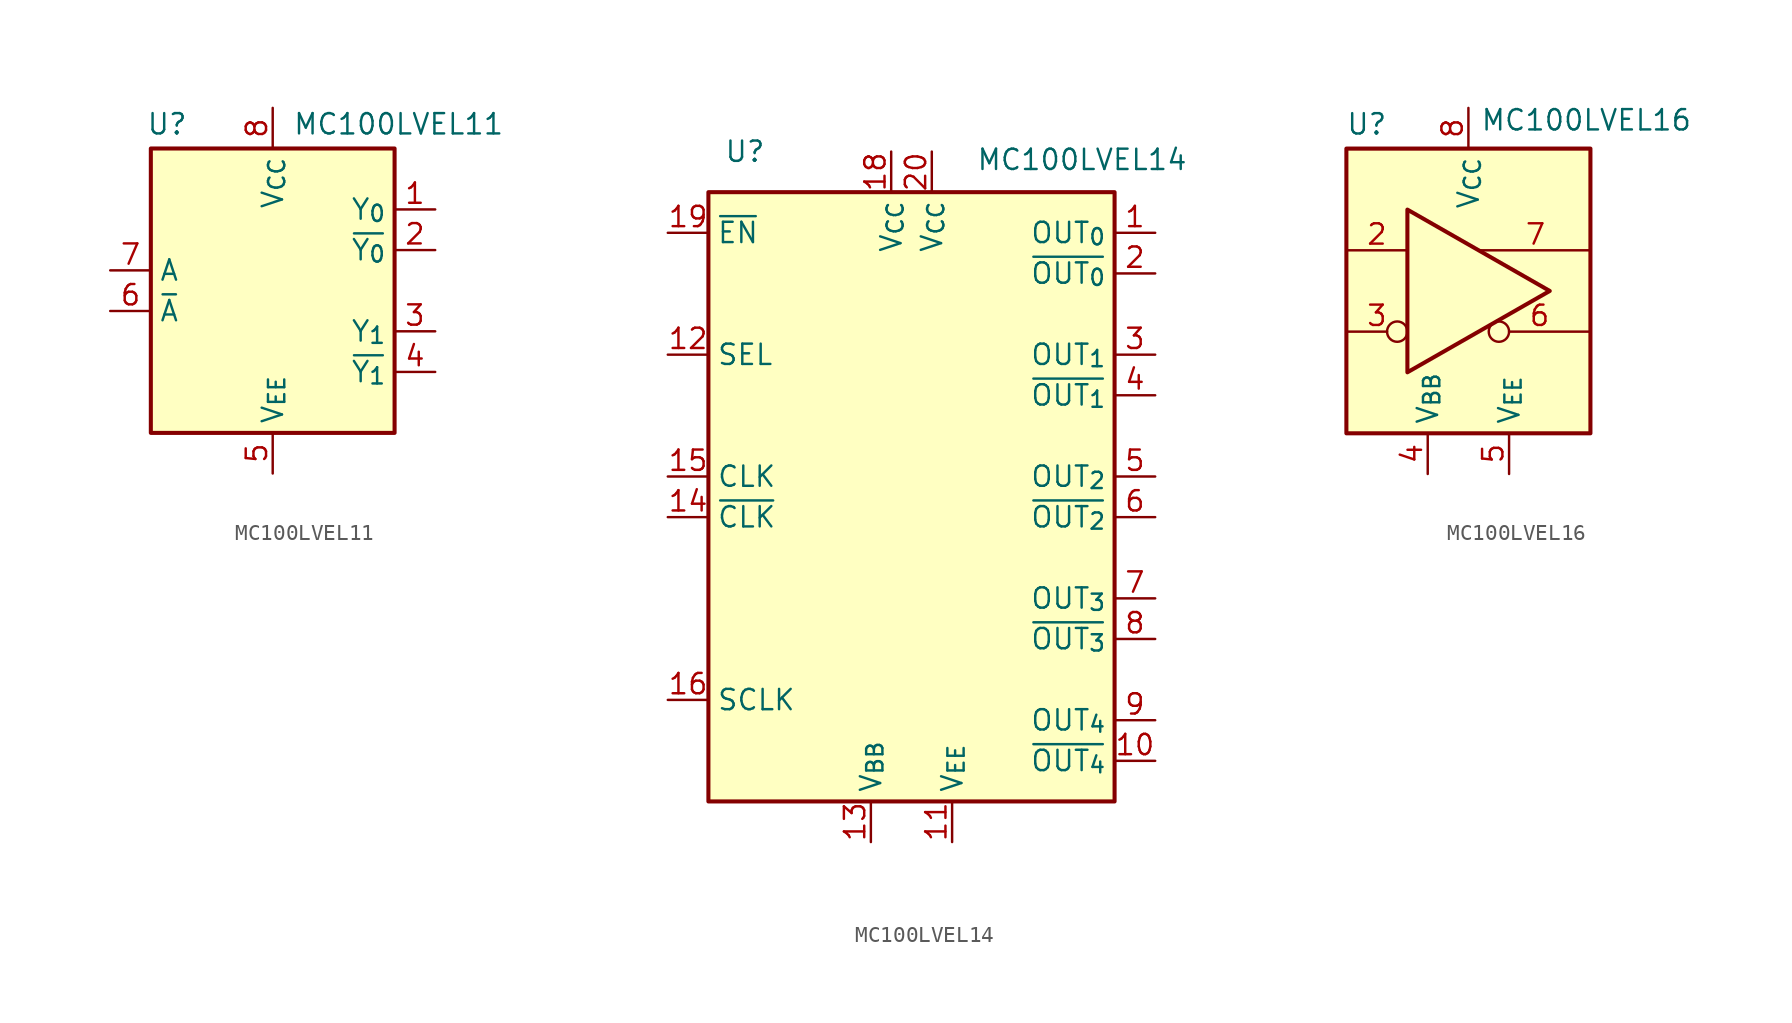
<source format=kicad_sym>
(kicad_symbol_lib
  (version 20231120)
  (generator "kicad_symbol_editor")
  (generator_version "8.0")
  (symbol "MC100LVEL11"
    (property "Reference" "U"
      (at -6.604 10.414 0)
      (effects (font (size 1.27 1.27))))
    (property "Value" "MC100LVEL11"
      (at 7.874 10.414 0)
      (effects (font (size 1.27 1.27))))
    (symbol "MC100LVEL11_1_1"
      (rectangle (start -7.62 8.89) (end 7.62 -8.89) (stroke (width 0.254) (type default)) (fill (type background)))
      (pin open_emitter line (at 10.16 5.08 180) (length 2.54) (name "Y_{0}" (effects (font (size 1.27 1.27)))) (number "1" (effects (font (size 1.27 1.27)))))
      (pin open_emitter line (at 10.16 2.54 180) (length 2.54) (name "~{Y_{0}}" (effects (font (size 1.27 1.27)))) (number "2" (effects (font (size 1.27 1.27)))))
      (pin open_emitter line (at 10.16 -2.54 180) (length 2.54) (name "Y_{1}" (effects (font (size 1.27 1.27)))) (number "3" (effects (font (size 1.27 1.27)))))
      (pin open_emitter line (at 10.16 -5.08 180) (length 2.54) (name "~{Y_{1}}" (effects (font (size 1.27 1.27)))) (number "4" (effects (font (size 1.27 1.27)))))
      (pin power_in line (at 0 -11.43 90) (length 2.54) (name "V_{EE}" (effects (font (size 1.27 1.27)))) (number "5" (effects (font (size 1.27 1.27)))))
      (pin input line (at -10.16 -1.27 0) (length 2.54) (name "~{A}" (effects (font (size 1.27 1.27)))) (number "6" (effects (font (size 1.27 1.27)))))
      (pin input line (at -10.16 1.27 0) (length 2.54) (name "A" (effects (font (size 1.27 1.27)))) (number "7" (effects (font (size 1.27 1.27)))))
      (pin power_in line (at 0 11.43 270) (length 2.54) (name "V_{CC}" (effects (font (size 1.27 1.27)))) (number "8" (effects (font (size 1.27 1.27)))))))
  (symbol "MC100LVEL14"
    (property "Reference" "U"
      (at -10.414 21.59 0)
      (effects (font (size 1.27 1.27))))
    (property "Value" "MC100LVEL14"
      (at 10.668 21.082 0)
      (effects (font (size 1.27 1.27))))
    (symbol "MC100LVEL14_1_1"
      (rectangle (start -12.7 19.05) (end 12.7 -19.05) (stroke (width 0.254) (type default)) (fill (type background)))
      (pin open_emitter line (at 15.24 16.51 180) (length 2.54) (name "OUT_{0}" (effects (font (size 1.27 1.27)))) (number "1" (effects (font (size 1.27 1.27)))))
      (pin open_emitter line (at 15.24 -16.51 180) (length 2.54) (name "~{OUT_{4}}" (effects (font (size 1.27 1.27)))) (number "10" (effects (font (size 1.27 1.27)))))
      (pin power_in line (at 2.54 -21.59 90) (length 2.54) (name "V_{EE}" (effects (font (size 1.27 1.27)))) (number "11" (effects (font (size 1.27 1.27)))))
      (pin input line (at -15.24 8.89 0) (length 2.54) (name "SEL" (effects (font (size 1.27 1.27)))) (number "12" (effects (font (size 1.27 1.27)))))
      (pin power_out line (at -2.54 -21.59 90) (length 2.54) (name "V_{BB}" (effects (font (size 1.27 1.27)))) (number "13" (effects (font (size 1.27 1.27)))))
      (pin input line (at -15.24 -1.27 0) (length 2.54) (name "~{CLK}" (effects (font (size 1.27 1.27)))) (number "14" (effects (font (size 1.27 1.27)))))
      (pin input line (at -15.24 1.27 0) (length 2.54) (name "CLK" (effects (font (size 1.27 1.27)))) (number "15" (effects (font (size 1.27 1.27)))))
      (pin input line (at -15.24 -12.7 0) (length 2.54) (name "SCLK" (effects (font (size 1.27 1.27)))) (number "16" (effects (font (size 1.27 1.27)))))
      (pin no_connect non_logic (at -15.24 -6.35 0) (length 2.54) hide (name "" (effects (font (size 1.27 1.27)))) (number "17" (effects (font (size 1.27 1.27)))))
      (pin power_in line (at -1.27 21.59 270) (length 2.54) (name "V_{CC}" (effects (font (size 1.27 1.27)))) (number "18" (effects (font (size 1.27 1.27)))))
      (pin input line (at -15.24 16.51 0) (length 2.54) (name "~{EN}" (effects (font (size 1.27 1.27)))) (number "19" (effects (font (size 1.27 1.27)))))
      (pin open_emitter line (at 15.24 13.97 180) (length 2.54) (name "~{OUT_{0}}" (effects (font (size 1.27 1.27)))) (number "2" (effects (font (size 1.27 1.27)))))
      (pin power_in line (at 1.27 21.59 270) (length 2.54) (name "V_{CC}" (effects (font (size 1.27 1.27)))) (number "20" (effects (font (size 1.27 1.27)))))
      (pin open_emitter line (at 15.24 8.89 180) (length 2.54) (name "OUT_{1}" (effects (font (size 1.27 1.27)))) (number "3" (effects (font (size 1.27 1.27)))))
      (pin open_emitter line (at 15.24 6.35 180) (length 2.54) (name "~{OUT_{1}}" (effects (font (size 1.27 1.27)))) (number "4" (effects (font (size 1.27 1.27)))))
      (pin open_emitter line (at 15.24 1.27 180) (length 2.54) (name "OUT_{2}" (effects (font (size 1.27 1.27)))) (number "5" (effects (font (size 1.27 1.27)))))
      (pin open_emitter line (at 15.24 -1.27 180) (length 2.54) (name "~{OUT_{2}}" (effects (font (size 1.27 1.27)))) (number "6" (effects (font (size 1.27 1.27)))))
      (pin open_emitter line (at 15.24 -6.35 180) (length 2.54) (name "OUT_{3}" (effects (font (size 1.27 1.27)))) (number "7" (effects (font (size 1.27 1.27)))))
      (pin open_emitter line (at 15.24 -8.89 180) (length 2.54) (name "~{OUT_{3}}" (effects (font (size 1.27 1.27)))) (number "8" (effects (font (size 1.27 1.27)))))
      (pin open_emitter line (at 15.24 -13.97 180) (length 2.54) (name "OUT_{4}" (effects (font (size 1.27 1.27)))) (number "9" (effects (font (size 1.27 1.27)))))))
  (symbol "MC100LVEL16"
    (property "Reference" "U"
      (at -6.35 10.414 0)
      (effects (font (size 1.27 1.27))))
    (property "Value" "MC100LVEL16"
      (at 7.366 10.668 0)
      (effects (font (size 1.27 1.27))))
    (symbol "MC100LVEL16_1_1"
      (rectangle (start -7.62 8.89) (end 7.62 -8.89) (stroke (width 0.254) (type default)) (fill (type background)))
      (polyline (pts (xy -3.81 5.08) (xy -3.81 -5.08) (xy 5.08 0) (xy -3.81 5.08)) (stroke (width 0.254) (type default)) (fill (type background)))
      (pin no_connect non_logic (at -2.54 0 180) (length 0) hide (name "" (effects (font (size 1.27 1.27)))) (number "1" (effects (font (size 1.27 1.27)))))
      (pin input line (at -7.62 2.54 0) (length 3.81) (name "" (effects (font (size 1.27 1.27)))) (number "2" (effects (font (size 1.27 1.27)))))
      (pin input inverted (at -7.62 -2.54 0) (length 3.81) (name "" (effects (font (size 1.27 1.27)))) (number "3" (effects (font (size 1.27 1.27)))))
      (pin power_out line (at -2.54 -11.43 90) (length 2.54) (name "V_{BB}" (effects (font (size 1.27 1.27)))) (number "4" (effects (font (size 1.27 1.27)))))
      (pin power_in line (at 2.54 -11.43 90) (length 2.54) (name "V_{EE}" (effects (font (size 1.27 1.27)))) (number "5" (effects (font (size 1.27 1.27)))))
      (pin output inverted (at 7.62 -2.54 180) (length 6.35) (name "" (effects (font (size 1.27 1.27)))) (number "6" (effects (font (size 1.27 1.27)))))
      (pin output line (at 7.62 2.54 180) (length 6.858) (name "" (effects (font (size 1.27 1.27)))) (number "7" (effects (font (size 1.27 1.27)))))
      (pin power_in line (at 0 11.43 270) (length 2.54) (name "V_{CC}" (effects (font (size 1.27 1.27)))) (number "8" (effects (font (size 1.27 1.27))))))))
</source>
